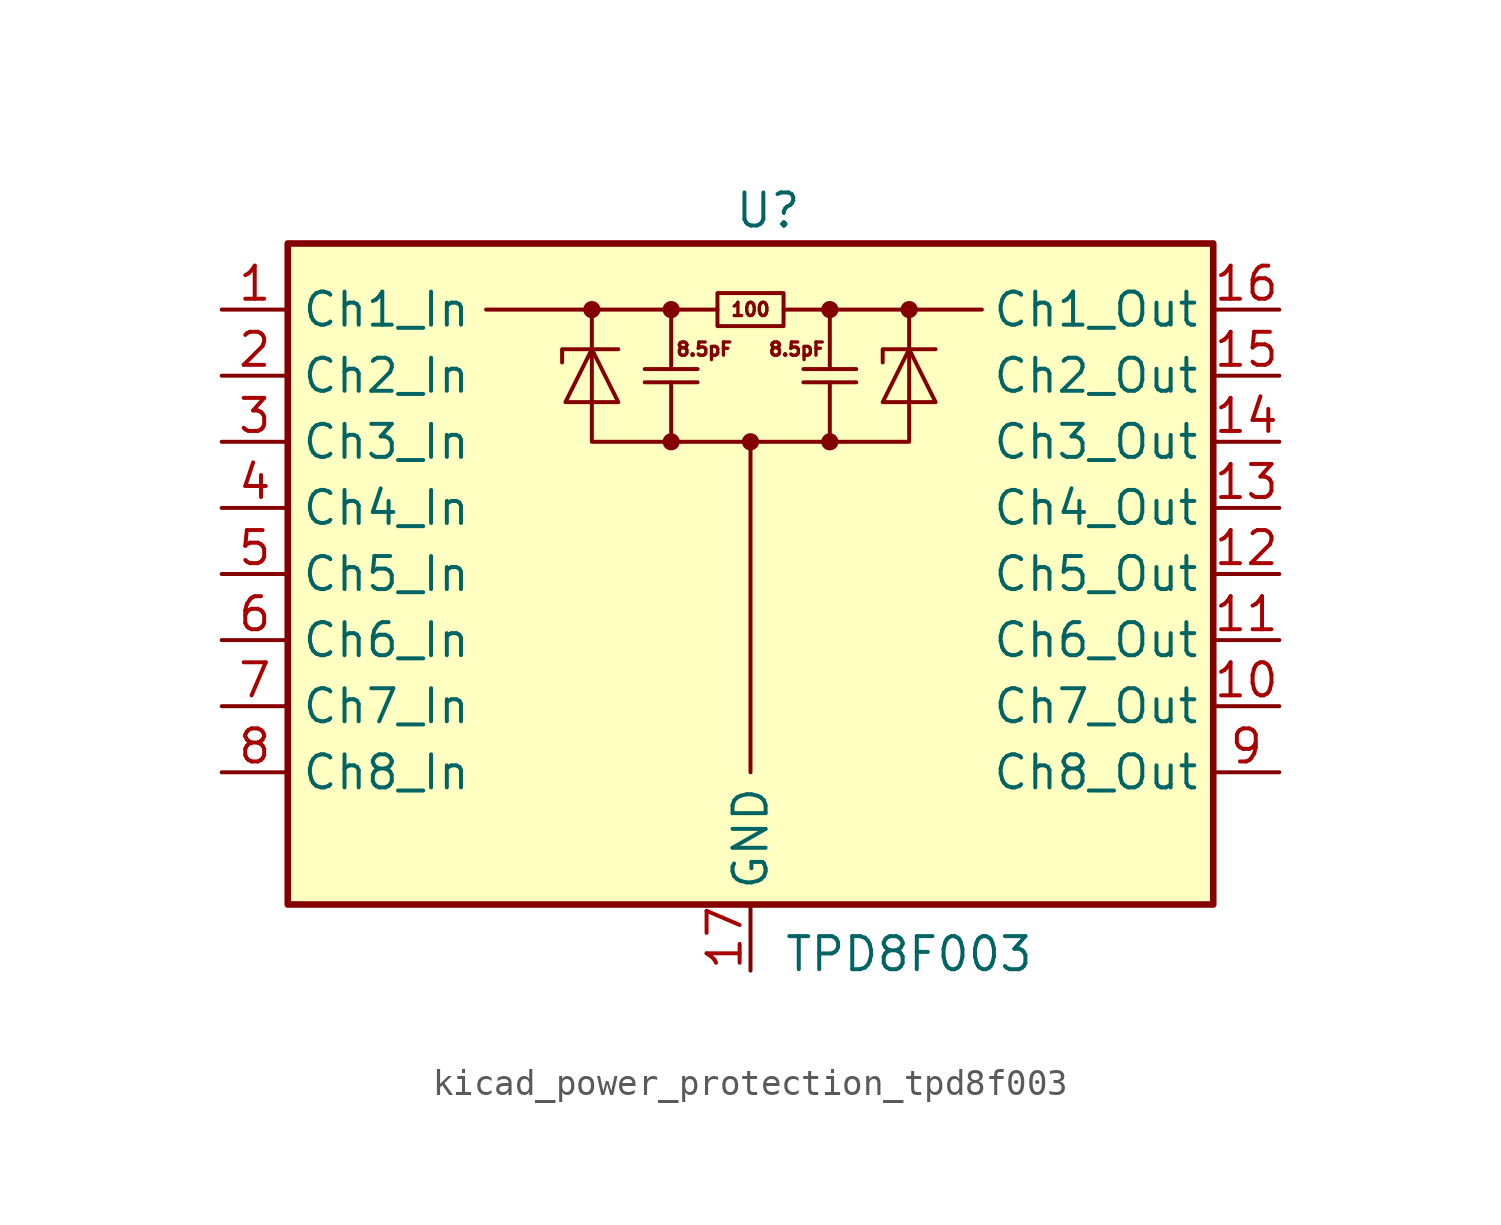
<source format=kicad_sym>
(kicad_symbol_lib
  (version 20220914)
  (generator kicad_symbol_editor)
  (symbol "kicad_power_protection_tpd8f003"
    (property "Reference" "U"
      (at -0.635 13.97 0)
      (effects (font (size 1.27 1.27)) (justify left)))
    (property "Value" "TPD8F003"
      (at 1.27 -14.605 0)
      (effects (font (size 1.27 1.27)) (justify left)))
    (symbol "kicad_power_protection_tpd8f003_0_0"
      (circle (center -6.096 10.16) (radius 0.254) (stroke (width 0) (type default)) (fill (type outline)))
      (circle (center -3.048 5.08) (radius 0.254) (stroke (width 0) (type default)) (fill (type outline)))
      (circle (center -3.048 10.16) (radius 0.254) (stroke (width 0) (type default)) (fill (type outline)))
      (polyline (pts (xy -6.096 10.16) (xy -6.096 5.08) (xy 6.096 5.08) (xy 6.096 10.16)) (stroke (width 0) (type default)) (fill (type none)))
      (circle (center 0 5.08) (radius 0.254) (stroke (width 0) (type default)) (fill (type outline)))
      (circle (center 3.048 5.08) (radius 0.254) (stroke (width 0) (type default)) (fill (type outline)))
      (circle (center 3.048 10.16) (radius 0.254) (stroke (width 0) (type default)) (fill (type outline)))
      (circle (center 6.096 10.16) (radius 0.254) (stroke (width 0) (type default)) (fill (type outline)))
      (text "100" (at 0 10.16 0) (effects (font (size 0.508 0.508))))
      (text "8.5pF" (at -1.778 8.636 0) (effects (font (size 0.508 0.508))))
      (text "8.5pF" (at 1.778 8.636 0) (effects (font (size 0.508 0.508)))))
    (symbol "kicad_power_protection_tpd8f003_0_1"
      (rectangle (start -17.78 12.7) (end 17.78 -12.7) (stroke (width 0.254) (type default)) (fill (type background)))
      (polyline (pts (xy -4.064 7.874) (xy -2.032 7.874)) (stroke (width 0) (type default)) (fill (type none)))
      (polyline (pts (xy -3.048 7.366) (xy -3.048 5.08)) (stroke (width 0) (type default)) (fill (type none)))
      (polyline (pts (xy -3.048 10.16) (xy -3.048 7.874)) (stroke (width 0) (type default)) (fill (type none)))
      (polyline (pts (xy -2.032 7.366) (xy -4.064 7.366)) (stroke (width 0) (type default)) (fill (type none)))
      (polyline (pts (xy -1.27 10.16) (xy -10.16 10.16)) (stroke (width 0) (type default)) (fill (type none)))
      (polyline (pts (xy 0 5.08) (xy 0 -7.62)) (stroke (width 0) (type default)) (fill (type none)))
      (polyline (pts (xy 1.27 10.16) (xy 8.89 10.16)) (stroke (width 0) (type default)) (fill (type none)))
      (polyline (pts (xy 2.032 7.874) (xy 4.064 7.874)) (stroke (width 0) (type default)) (fill (type none)))
      (polyline (pts (xy 3.048 7.366) (xy 3.048 5.08)) (stroke (width 0) (type default)) (fill (type none)))
      (polyline (pts (xy 3.048 10.16) (xy 3.048 7.874)) (stroke (width 0) (type default)) (fill (type none)))
      (polyline (pts (xy 4.064 7.366) (xy 2.032 7.366)) (stroke (width 0) (type default)) (fill (type none)))
      (polyline (pts (xy -5.08 8.636) (xy -7.239 8.636) (xy -7.239 8.128)) (stroke (width 0) (type default)) (fill (type none)))
      (polyline (pts (xy 5.08 8.128) (xy 5.08 8.636) (xy 7.112 8.636)) (stroke (width 0) (type default)) (fill (type none)))
      (polyline (pts (xy -6.096 8.636) (xy -5.08 6.604) (xy -7.112 6.604) (xy -6.096 8.636)) (stroke (width 0) (type default)) (fill (type none)))
      (polyline (pts (xy 6.096 8.636) (xy 5.08 6.604) (xy 7.112 6.604) (xy 6.096 8.636)) (stroke (width 0) (type default)) (fill (type none)))
      (polyline (pts (xy -1.27 10.16) (xy -1.27 9.525) (xy 1.27 9.525) (xy 1.27 10.795) (xy -1.27 10.795) (xy -1.27 10.16)) (stroke (width 0) (type default)) (fill (type none))))
    (symbol "kicad_power_protection_tpd8f003_1_1"
      (pin passive line (at -20.32 10.16 0) (length 2.54) (name "Ch1_In" (effects (font (size 1.27 1.27)))) (number "1" (effects (font (size 1.27 1.27)))))
      (pin passive line (at 20.32 -5.08 180) (length 2.54) (name "Ch7_Out" (effects (font (size 1.27 1.27)))) (number "10" (effects (font (size 1.27 1.27)))))
      (pin passive line (at 20.32 -2.54 180) (length 2.54) (name "Ch6_Out" (effects (font (size 1.27 1.27)))) (number "11" (effects (font (size 1.27 1.27)))))
      (pin passive line (at 20.32 0 180) (length 2.54) (name "Ch5_Out" (effects (font (size 1.27 1.27)))) (number "12" (effects (font (size 1.27 1.27)))))
      (pin passive line (at 20.32 2.54 180) (length 2.54) (name "Ch4_Out" (effects (font (size 1.27 1.27)))) (number "13" (effects (font (size 1.27 1.27)))))
      (pin passive line (at 20.32 5.08 180) (length 2.54) (name "Ch3_Out" (effects (font (size 1.27 1.27)))) (number "14" (effects (font (size 1.27 1.27)))))
      (pin passive line (at 20.32 7.62 180) (length 2.54) (name "Ch2_Out" (effects (font (size 1.27 1.27)))) (number "15" (effects (font (size 1.27 1.27)))))
      (pin passive line (at 20.32 10.16 180) (length 2.54) (name "Ch1_Out" (effects (font (size 1.27 1.27)))) (number "16" (effects (font (size 1.27 1.27)))))
      (pin power_in line (at 0 -15.24 90) (length 2.54) (name "GND" (effects (font (size 1.27 1.27)))) (number "17" (effects (font (size 1.27 1.27)))))
      (pin passive line (at -20.32 7.62 0) (length 2.54) (name "Ch2_In" (effects (font (size 1.27 1.27)))) (number "2" (effects (font (size 1.27 1.27)))))
      (pin passive line (at -20.32 5.08 0) (length 2.54) (name "Ch3_In" (effects (font (size 1.27 1.27)))) (number "3" (effects (font (size 1.27 1.27)))))
      (pin passive line (at -20.32 2.54 0) (length 2.54) (name "Ch4_In" (effects (font (size 1.27 1.27)))) (number "4" (effects (font (size 1.27 1.27)))))
      (pin passive line (at -20.32 0 0) (length 2.54) (name "Ch5_In" (effects (font (size 1.27 1.27)))) (number "5" (effects (font (size 1.27 1.27)))))
      (pin passive line (at -20.32 -2.54 0) (length 2.54) (name "Ch6_In" (effects (font (size 1.27 1.27)))) (number "6" (effects (font (size 1.27 1.27)))))
      (pin passive line (at -20.32 -5.08 0) (length 2.54) (name "Ch7_In" (effects (font (size 1.27 1.27)))) (number "7" (effects (font (size 1.27 1.27)))))
      (pin passive line (at -20.32 -7.62 0) (length 2.54) (name "Ch8_In" (effects (font (size 1.27 1.27)))) (number "8" (effects (font (size 1.27 1.27)))))
      (pin passive line (at 20.32 -7.62 180) (length 2.54) (name "Ch8_Out" (effects (font (size 1.27 1.27)))) (number "9" (effects (font (size 1.27 1.27))))))))
</source>
